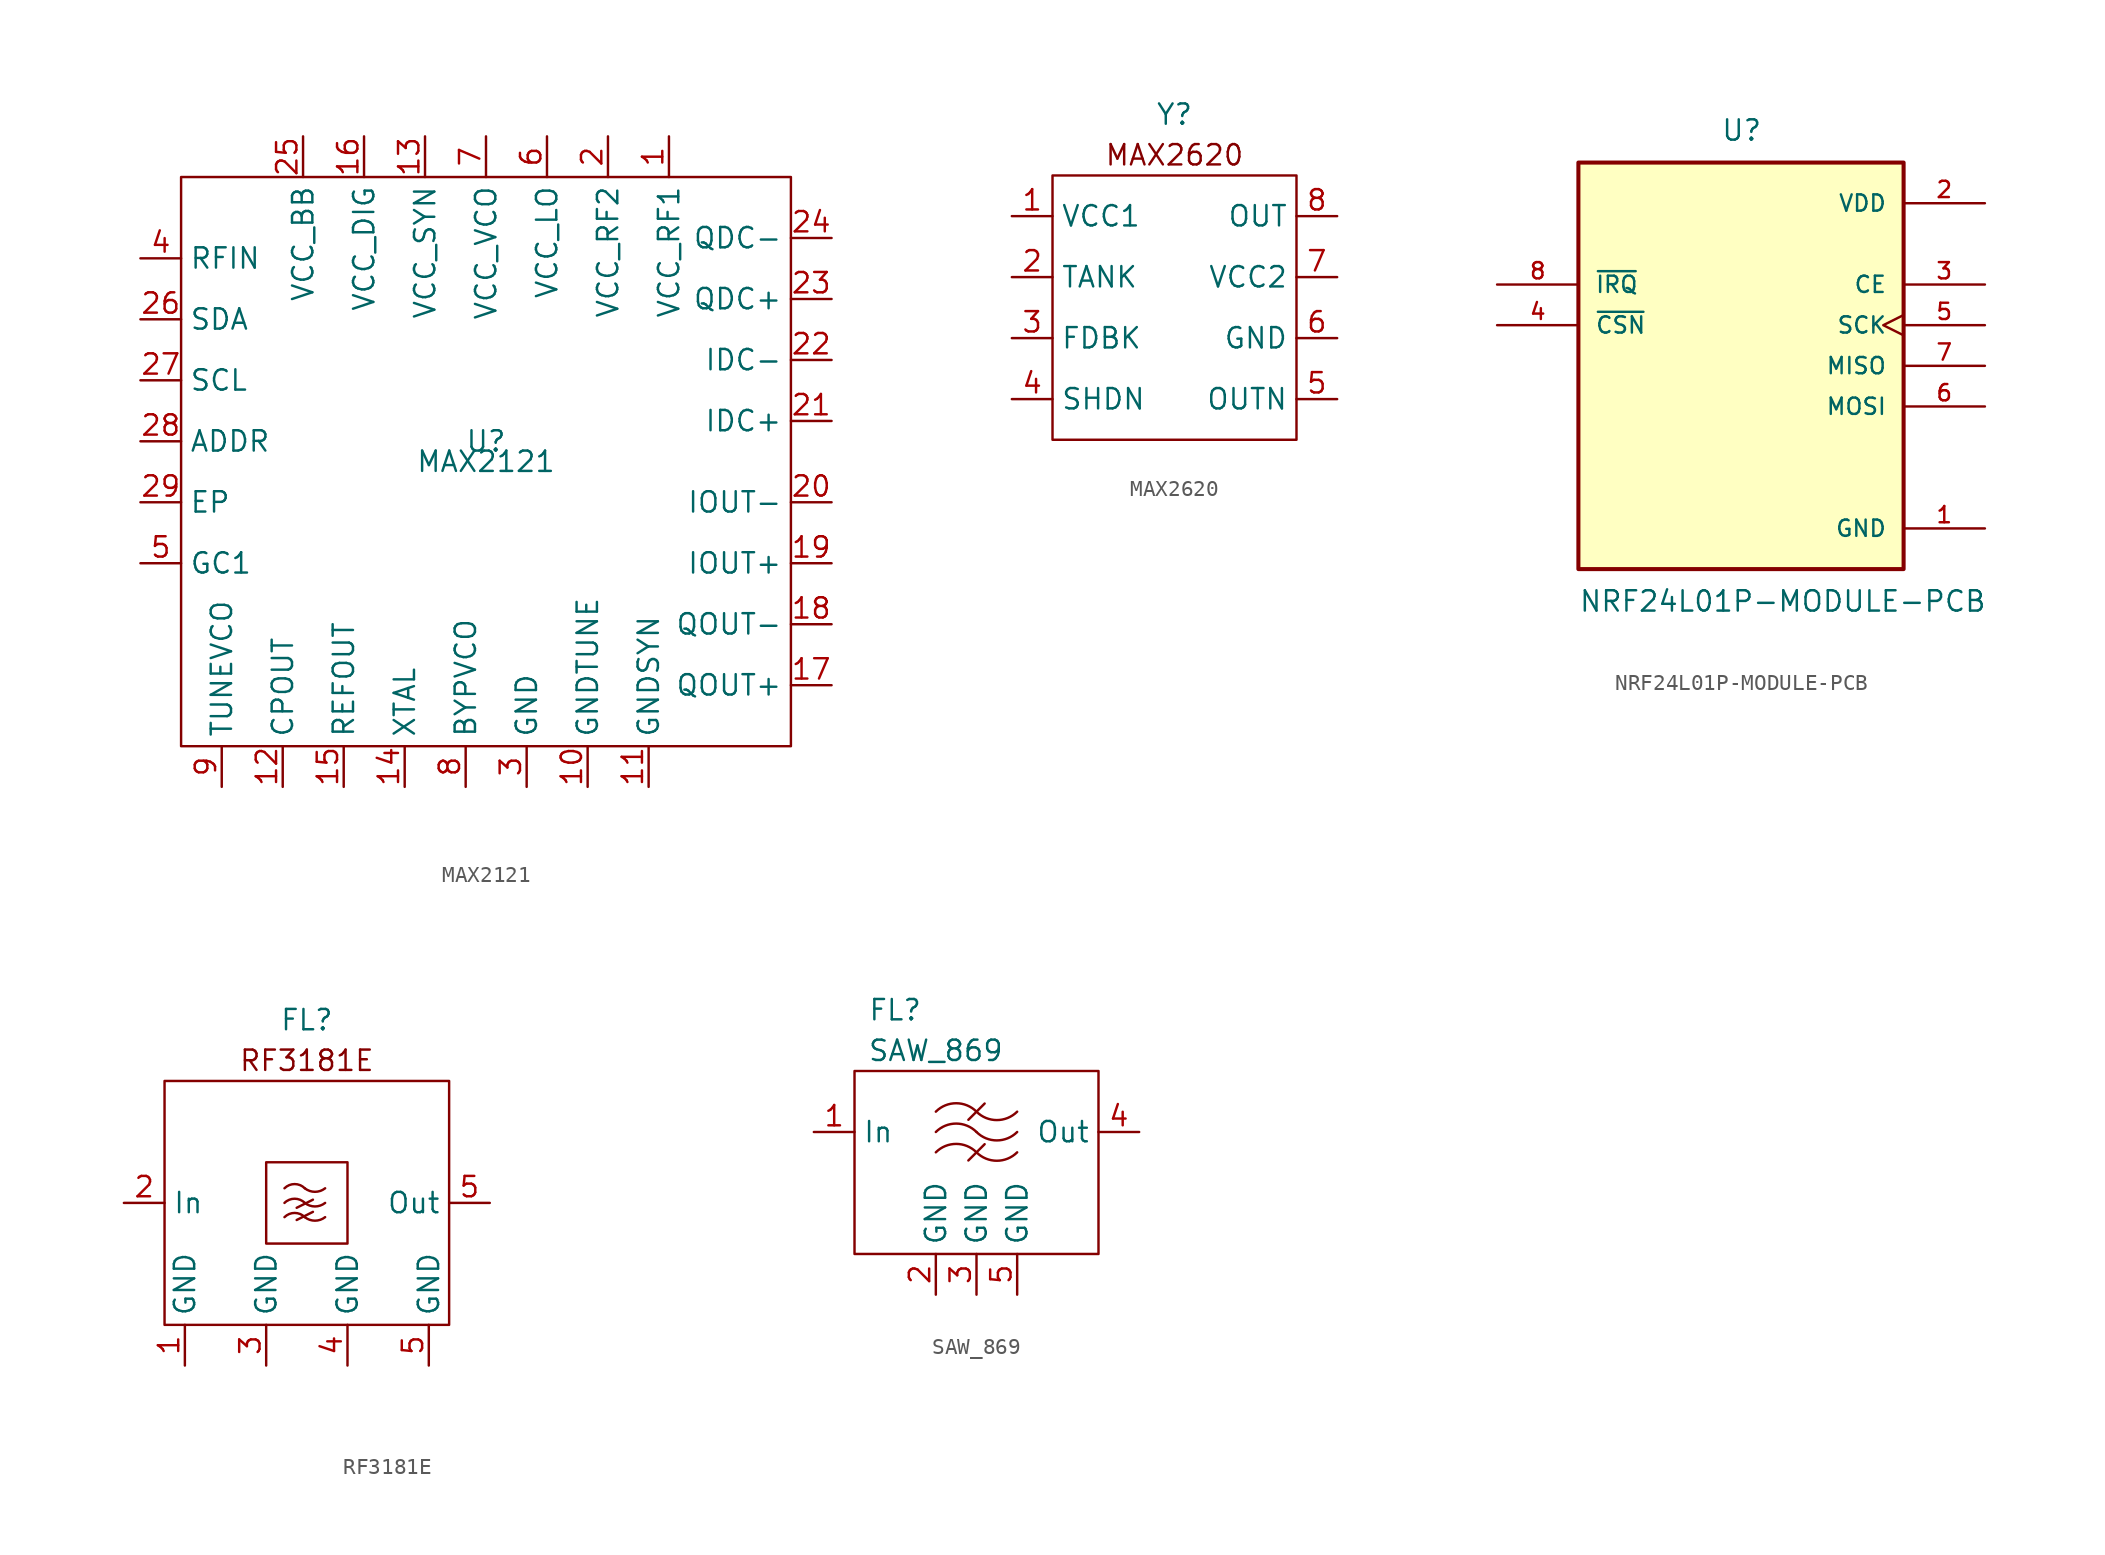
<source format=kicad_sym>
(kicad_symbol_lib
  (version 20220914)
  (generator kicad_symbol_editor)
  (symbol "MAX2121"
    (property "Reference" "U"
      (at 0 1.27 0)
      (effects (font (size 1.27 1.27))))
    (property "Value" "MAX2121"
      (at 0 0 0)
      (effects (font (size 1.27 1.27))))
    (symbol "MAX2121_0_1"
      (rectangle (start -19.05 17.78) (end 19.05 -17.78) (stroke (width 0) (type default)) (fill (type none))))
    (symbol "MAX2121_1_1"
      (pin input line (at 11.43 20.32 270) (length 2.54) (name "VCC_RF1" (effects (font (size 1.27 1.27)))) (number "1" (effects (font (size 1.27 1.27)))))
      (pin output line (at 6.35 -20.32 90) (length 2.54) (name "GNDTUNE" (effects (font (size 1.27 1.27)))) (number "10" (effects (font (size 1.27 1.27)))))
      (pin output line (at 10.16 -20.32 90) (length 2.54) (name "GNDSYN" (effects (font (size 1.27 1.27)))) (number "11" (effects (font (size 1.27 1.27)))))
      (pin input line (at -12.7 -20.32 90) (length 2.54) (name "CPOUT" (effects (font (size 1.27 1.27)))) (number "12" (effects (font (size 1.27 1.27)))))
      (pin input line (at -3.81 20.32 270) (length 2.54) (name "VCC_SYN" (effects (font (size 1.27 1.27)))) (number "13" (effects (font (size 1.27 1.27)))))
      (pin input line (at -5.08 -20.32 90) (length 2.54) (name "XTAL" (effects (font (size 1.27 1.27)))) (number "14" (effects (font (size 1.27 1.27)))))
      (pin output line (at -8.89 -20.32 90) (length 2.54) (name "REFOUT" (effects (font (size 1.27 1.27)))) (number "15" (effects (font (size 1.27 1.27)))))
      (pin input line (at -7.62 20.32 270) (length 2.54) (name "VCC_DIG" (effects (font (size 1.27 1.27)))) (number "16" (effects (font (size 1.27 1.27)))))
      (pin output line (at 21.59 -13.97 180) (length 2.54) (name "QOUT+" (effects (font (size 1.27 1.27)))) (number "17" (effects (font (size 1.27 1.27)))))
      (pin output line (at 21.59 -10.16 180) (length 2.54) (name "QOUT-" (effects (font (size 1.27 1.27)))) (number "18" (effects (font (size 1.27 1.27)))))
      (pin output line (at 21.59 -6.35 180) (length 2.54) (name "IOUT+" (effects (font (size 1.27 1.27)))) (number "19" (effects (font (size 1.27 1.27)))))
      (pin input line (at 7.62 20.32 270) (length 2.54) (name "VCC_RF2" (effects (font (size 1.27 1.27)))) (number "2" (effects (font (size 1.27 1.27)))))
      (pin output line (at 21.59 -2.54 180) (length 2.54) (name "IOUT-" (effects (font (size 1.27 1.27)))) (number "20" (effects (font (size 1.27 1.27)))))
      (pin passive line (at 21.59 2.54 180) (length 2.54) (name "IDC+" (effects (font (size 1.27 1.27)))) (number "21" (effects (font (size 1.27 1.27)))))
      (pin passive line (at 21.59 6.35 180) (length 2.54) (name "IDC-" (effects (font (size 1.27 1.27)))) (number "22" (effects (font (size 1.27 1.27)))))
      (pin passive line (at 21.59 10.16 180) (length 2.54) (name "QDC+" (effects (font (size 1.27 1.27)))) (number "23" (effects (font (size 1.27 1.27)))))
      (pin passive line (at 21.59 13.97 180) (length 2.54) (name "QDC-" (effects (font (size 1.27 1.27)))) (number "24" (effects (font (size 1.27 1.27)))))
      (pin input line (at -11.43 20.32 270) (length 2.54) (name "VCC_BB" (effects (font (size 1.27 1.27)))) (number "25" (effects (font (size 1.27 1.27)))))
      (pin bidirectional line (at -21.59 8.89 0) (length 2.54) (name "SDA" (effects (font (size 1.27 1.27)))) (number "26" (effects (font (size 1.27 1.27)))))
      (pin bidirectional line (at -21.59 5.08 0) (length 2.54) (name "SCL" (effects (font (size 1.27 1.27)))) (number "27" (effects (font (size 1.27 1.27)))))
      (pin input line (at -21.59 1.27 0) (length 2.54) (name "ADDR" (effects (font (size 1.27 1.27)))) (number "28" (effects (font (size 1.27 1.27)))))
      (pin input line (at -21.59 -2.54 0) (length 2.54) (name "EP" (effects (font (size 1.27 1.27)))) (number "29" (effects (font (size 1.27 1.27)))))
      (pin output line (at 2.54 -20.32 90) (length 2.54) (name "GND" (effects (font (size 1.27 1.27)))) (number "3" (effects (font (size 1.27 1.27)))))
      (pin input line (at -21.59 12.7 0) (length 2.54) (name "RFIN" (effects (font (size 1.27 1.27)))) (number "4" (effects (font (size 1.27 1.27)))))
      (pin input line (at -21.59 -6.35 0) (length 2.54) (name "GC1" (effects (font (size 1.27 1.27)))) (number "5" (effects (font (size 1.27 1.27)))))
      (pin input line (at 3.81 20.32 270) (length 2.54) (name "VCC_LO" (effects (font (size 1.27 1.27)))) (number "6" (effects (font (size 1.27 1.27)))))
      (pin input line (at 0 20.32 270) (length 2.54) (name "VCC_VCO" (effects (font (size 1.27 1.27)))) (number "7" (effects (font (size 1.27 1.27)))))
      (pin passive line (at -1.27 -20.32 90) (length 2.54) (name "BYPVCO" (effects (font (size 1.27 1.27)))) (number "8" (effects (font (size 1.27 1.27)))))
      (pin output line (at -16.51 -20.32 90) (length 2.54) (name "TUNEVCO" (effects (font (size 1.27 1.27)))) (number "9" (effects (font (size 1.27 1.27)))))))
  (symbol "MAX2620"
    (property "Reference" "Y"
      (at 0 11.43 0)
      (effects (font (size 1.27 1.27))))
    (property "Value" ""
      (at 0 1.27 0)
      (effects (font (size 1.27 1.27))))
    (symbol "MAX2620_0_1"
      (rectangle (start -7.62 7.62) (end 7.62 -8.89) (stroke (width 0) (type default)) (fill (type none)))
      (text "MAX2620\n" (at 0 8.89 0) (effects (font (size 1.27 1.27)))))
    (symbol "MAX2620_1_1"
      (pin input line (at -10.16 5.08 0) (length 2.54) (name "VCC1" (effects (font (size 1.27 1.27)))) (number "1" (effects (font (size 1.27 1.27)))))
      (pin input line (at -10.16 1.27 0) (length 2.54) (name "TANK" (effects (font (size 1.27 1.27)))) (number "2" (effects (font (size 1.27 1.27)))))
      (pin input line (at -10.16 -2.54 0) (length 2.54) (name "FDBK" (effects (font (size 1.27 1.27)))) (number "3" (effects (font (size 1.27 1.27)))))
      (pin input line (at -10.16 -6.35 0) (length 2.54) (name "SHDN" (effects (font (size 1.27 1.27)))) (number "4" (effects (font (size 1.27 1.27)))))
      (pin output line (at 10.16 -6.35 180) (length 2.54) (name "OUTN" (effects (font (size 1.27 1.27)))) (number "5" (effects (font (size 1.27 1.27)))))
      (pin output line (at 10.16 -2.54 180) (length 2.54) (name "GND" (effects (font (size 1.27 1.27)))) (number "6" (effects (font (size 1.27 1.27)))))
      (pin output line (at 10.16 1.27 180) (length 2.54) (name "VCC2" (effects (font (size 1.27 1.27)))) (number "7" (effects (font (size 1.27 1.27)))))
      (pin output line (at 10.16 5.08 180) (length 2.54) (name "OUT" (effects (font (size 1.27 1.27)))) (number "8" (effects (font (size 1.27 1.27)))))))
  (symbol "NRF24L01P-MODULE-PCB"
    (pin_names
      (offset 1.016))
    (property "Reference" "U"
      (at -1.27 13.97 0)
      (effects (font (size 1.27 1.27)) (justify left bottom)))
    (property "Value" "NRF24L01P-MODULE-PCB"
      (at -10.16 -13.97 0)
      (effects (font (size 1.27 1.27)) (justify left top)))
    (symbol "NRF24L01P-MODULE-PCB_0_0"
      (rectangle (start -10.16 -12.7) (end 10.16 12.7) (stroke (width 0.254) (type default)) (fill (type background)))
      (pin power_in line (at 15.24 -10.16 180) (length 5.08) (name "GND" (effects (font (size 1.016 1.016)))) (number "1" (effects (font (size 1.016 1.016)))))
      (pin power_in line (at 15.24 10.16 180) (length 5.08) (name "VDD" (effects (font (size 1.016 1.016)))) (number "2" (effects (font (size 1.016 1.016)))))
      (pin input line (at 15.24 5.08 180) (length 5.08) (name "CE" (effects (font (size 1.016 1.016)))) (number "3" (effects (font (size 1.016 1.016)))))
      (pin input line (at -15.24 2.54 0) (length 5.08) (name "~{CSN}" (effects (font (size 1.016 1.016)))) (number "4" (effects (font (size 1.016 1.016)))))
      (pin input clock (at 15.24 2.54 180) (length 5.08) (name "SCK" (effects (font (size 1.016 1.016)))) (number "5" (effects (font (size 1.016 1.016)))))
      (pin input line (at 15.24 -2.54 180) (length 5.08) (name "MOSI" (effects (font (size 1.016 1.016)))) (number "6" (effects (font (size 1.016 1.016)))))
      (pin input line (at 15.24 0 180) (length 5.08) (name "MISO" (effects (font (size 1.016 1.016)))) (number "7" (effects (font (size 1.016 1.016)))))
      (pin input line (at -15.24 5.08 0) (length 5.08) (name "~{IRQ}" (effects (font (size 1.016 1.016)))) (number "8" (effects (font (size 1.016 1.016)))))))
  (symbol "RF3181E"
    (property "Reference" "FL"
      (at 0 11.43 0)
      (effects (font (size 1.27 1.27))))
    (property "Value" ""
      (at 21.59 -12.7 0)
      (effects (font (size 1.27 1.27))))
    (symbol "RF3181E_0_1"
      (rectangle (start -8.89 7.62) (end 8.89 -7.62) (stroke (width 0) (type default)) (fill (type none)))
      (rectangle (start -2.54 2.54) (end 2.54 -2.54) (stroke (width 0) (type default)) (fill (type none)))
      (arc (start -0.127 -0.8893) (mid -0.762 -0.6262) (end -1.397 -0.8893) (stroke (width 0) (type default)) (fill (type none)))
      (arc (start -0.127 -0.8893) (mid 0.508 -1.1103) (end 1.143 -0.8893) (stroke (width 0) (type default)) (fill (type none)))
      (arc (start -0.127 -0.0003) (mid -0.762 0.2619) (end -1.397 -0.0003) (stroke (width 0) (type default)) (fill (type none)))
      (arc (start -0.127 -0.0003) (mid 0.508 -0.2213) (end 1.143 -0.0003) (stroke (width 0) (type default)) (fill (type none)))
      (arc (start -0.127 0.9141) (mid -0.762 1.1772) (end -1.397 0.9141) (stroke (width 0) (type default)) (fill (type none)))
      (arc (start -0.127 0.9141) (mid 0.508 0.6929) (end 1.143 0.9141) (stroke (width 0) (type default)) (fill (type none)))
      (polyline (pts (xy -0.635 -1.067) (xy 0.381 -0.559)) (stroke (width 0) (type default)) (fill (type none)))
      (polyline (pts (xy -0.635 -0.305) (xy 0.381 0.203)) (stroke (width 0) (type default)) (fill (type none)))
      (text "RF3181E" (at 0 8.89 0) (effects (font (size 1.27 1.27)))))
    (symbol "RF3181E_1_1"
      (pin output line (at -7.62 -10.16 90) (length 2.54) (name "GND" (effects (font (size 1.27 1.27)))) (number "1" (effects (font (size 1.27 1.27)))))
      (pin input line (at -11.43 0 0) (length 2.54) (name "In" (effects (font (size 1.27 1.27)))) (number "2" (effects (font (size 1.27 1.27)))))
      (pin output line (at -2.54 -10.16 90) (length 2.54) (name "GND" (effects (font (size 1.27 1.27)))) (number "3" (effects (font (size 1.27 1.27)))))
      (pin output line (at 2.54 -10.16 90) (length 2.54) (name "GND" (effects (font (size 1.27 1.27)))) (number "4" (effects (font (size 1.27 1.27)))))
      (pin output line (at 7.62 -10.16 90) (length 2.54) (name "GND" (effects (font (size 1.27 1.27)))) (number "5" (effects (font (size 1.27 1.27)))))
      (pin output line (at 11.43 0 180) (length 2.54) (name "Out" (effects (font (size 1.27 1.27)))) (number "5" (effects (font (size 1.27 1.27)))))))
  (symbol "SAW_869"
    (property "Reference" "FL"
      (at 7.62 19.05 0)
      (effects (font (size 1.27 1.27))))
    (property "Value" "SAW_869"
      (at 10.16 16.51 0)
      (effects (font (size 1.27 1.27))))
    (symbol "SAW_869_0_0"
      (pin unspecified line (at 2.54 11.43 0) (length 2.54) (name "In" (effects (font (size 1.27 1.27)))) (number "1" (effects (font (size 1.27 1.27)))))
      (pin unspecified line (at 10.16 1.27 90) (length 2.54) (name "GND" (effects (font (size 1.27 1.27)))) (number "2" (effects (font (size 1.27 1.27)))))
      (pin unspecified line (at 12.7 1.27 90) (length 2.54) (name "GND" (effects (font (size 1.27 1.27)))) (number "3" (effects (font (size 1.27 1.27)))))
      (pin unspecified line (at 22.86 11.43 180) (length 2.54) (name "Out" (effects (font (size 1.27 1.27)))) (number "4" (effects (font (size 1.27 1.27)))))
      (pin unspecified line (at 15.24 1.27 90) (length 2.54) (name "GND" (effects (font (size 1.27 1.27)))) (number "5" (effects (font (size 1.27 1.27))))))
    (symbol "SAW_869_0_1"
      (polyline (pts (xy 13.208 10.668) (xy 12.192 9.652)) (stroke (width 0) (type default)) (fill (type none)))
      (polyline (pts (xy 13.208 13.208) (xy 12.192 12.192)) (stroke (width 0) (type default)) (fill (type none)))
      (rectangle (start 5.08 15.24) (end 20.32 3.81) (stroke (width 0) (type default)) (fill (type none)))
      (arc (start 12.7 10.16) (mid 11.43 10.686) (end 10.16 10.16) (stroke (width 0) (type default)) (fill (type none)))
      (arc (start 12.7 10.16) (mid 13.97 9.634) (end 15.24 10.16) (stroke (width 0) (type default)) (fill (type none)))
      (arc (start 12.7 11.43) (mid 11.43 11.956) (end 10.16 11.43) (stroke (width 0) (type default)) (fill (type none)))
      (arc (start 12.7 11.43) (mid 13.97 10.904) (end 15.24 11.43) (stroke (width 0) (type default)) (fill (type none)))
      (arc (start 12.7 12.7) (mid 11.43 13.226) (end 10.16 12.7) (stroke (width 0) (type default)) (fill (type none)))
      (arc (start 12.7 12.7) (mid 13.97 12.174) (end 15.24 12.7) (stroke (width 0) (type default)) (fill (type none))))))
</source>
